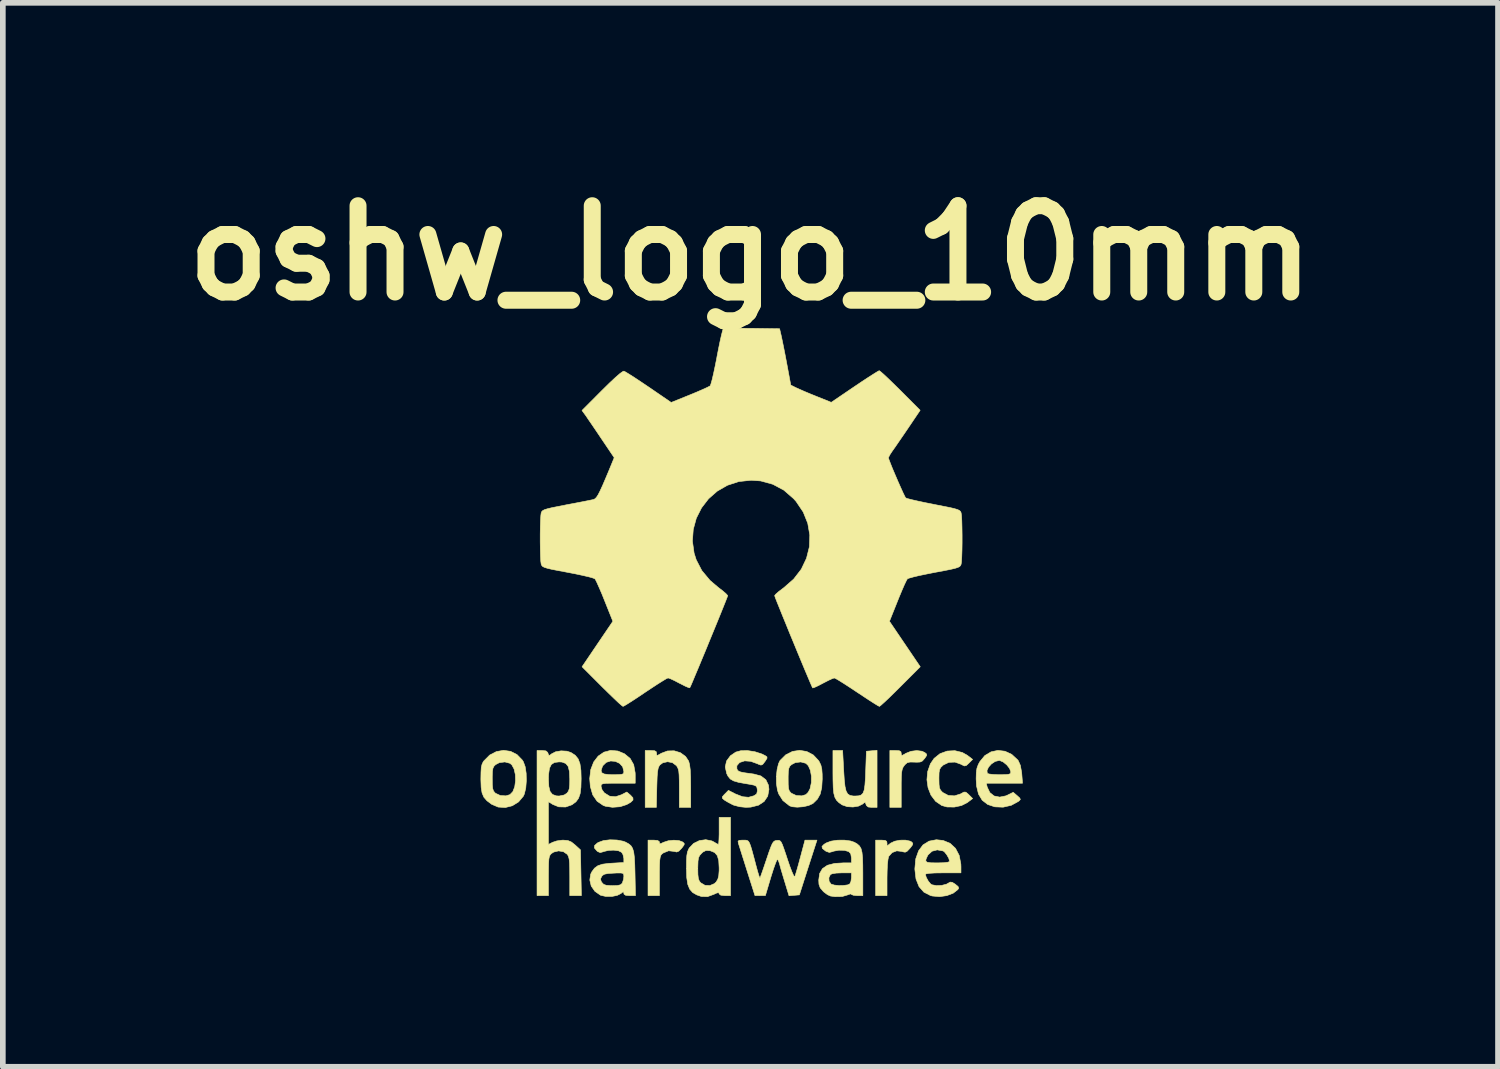
<source format=kicad_pcb>
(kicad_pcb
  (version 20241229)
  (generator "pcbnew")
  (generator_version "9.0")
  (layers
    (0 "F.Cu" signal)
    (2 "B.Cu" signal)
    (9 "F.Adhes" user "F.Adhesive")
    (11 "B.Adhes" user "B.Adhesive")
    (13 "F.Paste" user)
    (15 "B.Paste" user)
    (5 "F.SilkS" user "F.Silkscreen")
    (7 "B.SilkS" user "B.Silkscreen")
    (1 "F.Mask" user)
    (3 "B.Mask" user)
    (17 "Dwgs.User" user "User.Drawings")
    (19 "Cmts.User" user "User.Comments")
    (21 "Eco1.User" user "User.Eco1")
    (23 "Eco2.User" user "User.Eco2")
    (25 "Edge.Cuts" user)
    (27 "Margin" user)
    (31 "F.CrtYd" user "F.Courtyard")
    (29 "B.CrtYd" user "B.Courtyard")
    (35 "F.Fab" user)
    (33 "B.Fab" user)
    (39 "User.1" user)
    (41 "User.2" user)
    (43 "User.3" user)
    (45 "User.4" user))
  (footprint "oshw_logo_10mm"
    (layer "F.Cu")
    (at 10.204 7.768)
    (property "Reference" "oshw_logo_10mm" (at 0 -6.35 0) (layer "F.SilkS") (effects (font (size 1.524 1.524) (thickness 0.3))))
    (attr through_hole)
    (fp_poly (pts (xy 2.377 4.024) (xy 2.406 4.041) (xy 2.412 4.072) (xy 2.412 4.124) (xy 2.478 4.072) (xy 2.548 4.039) (xy 2.641 4.021) (xy 2.738 4.02) (xy 2.818 4.037) (xy 2.845 4.051) (xy 2.867 4.075) (xy 2.863 4.103) (xy 2.829 4.15) (xy 2.816 4.165) (xy 2.768 4.216) (xy 2.732 4.233) (xy 2.687 4.225) (xy 2.675 4.22) (xy 2.584 4.209) (xy 2.502 4.24) (xy 2.443 4.306) (xy 2.44 4.312) (xy 2.429 4.363) (xy 2.419 4.453) (xy 2.414 4.571) (xy 2.412 4.687) (xy 2.412 5) (xy 2.211 5) (xy 2.211 4.02) (xy 2.311 4.02) (xy 2.377 4.024)) (stroke (width 0.01) (type solid)) (fill yes) (layer "F.SilkS"))
    (fp_poly (pts (xy -1.639 4.026) (xy -1.61 4.046) (xy -1.608 4.058) (xy -1.603 4.082) (xy -1.579 4.08) (xy -1.534 4.058) (xy -1.451 4.031) (xy -1.354 4.021) (xy -1.262 4.028) (xy -1.196 4.053) (xy -1.196 4.053) (xy -1.17 4.077) (xy -1.171 4.102) (xy -1.201 4.145) (xy -1.217 4.165) (xy -1.265 4.214) (xy -1.303 4.23) (xy -1.349 4.219) (xy -1.445 4.208) (xy -1.537 4.245) (xy -1.564 4.265) (xy -1.582 4.287) (xy -1.594 4.322) (xy -1.602 4.377) (xy -1.606 4.462) (xy -1.608 4.586) (xy -1.608 4.652) (xy -1.608 5) (xy -1.809 5) (xy -1.809 4.02) (xy -1.708 4.02) (xy -1.639 4.026)) (stroke (width 0.01) (type solid)) (fill yes) (layer "F.SilkS"))
    (fp_poly (pts (xy 2.628 2.441) (xy 2.657 2.458) (xy 2.663 2.487) (xy 2.665 2.518) (xy 2.68 2.523) (xy 2.721 2.502) (xy 2.745 2.487) (xy 2.835 2.451) (xy 2.937 2.438) (xy 3.03 2.45) (xy 3.079 2.473) (xy 3.11 2.499) (xy 3.112 2.524) (xy 3.084 2.567) (xy 3.075 2.579) (xy 3.037 2.622) (xy 2.995 2.641) (xy 2.931 2.644) (xy 2.896 2.642) (xy 2.817 2.641) (xy 2.768 2.653) (xy 2.73 2.686) (xy 2.717 2.702) (xy 2.695 2.734) (xy 2.68 2.772) (xy 2.67 2.824) (xy 2.665 2.9) (xy 2.663 3.011) (xy 2.663 3.106) (xy 2.663 3.442) (xy 2.462 3.442) (xy 2.462 2.437) (xy 2.563 2.437) (xy 2.628 2.441)) (stroke (width 0.01) (type solid)) (fill yes) (layer "F.SilkS"))
    (fp_poly (pts (xy -1.693 2.441) (xy -1.664 2.458) (xy -1.658 2.487) (xy -1.656 2.518) (xy -1.641 2.523) (xy -1.601 2.502) (xy -1.577 2.487) (xy -1.465 2.445) (xy -1.348 2.442) (xy -1.237 2.476) (xy -1.146 2.542) (xy -1.091 2.625) (xy -1.075 2.686) (xy -1.063 2.778) (xy -1.057 2.908) (xy -1.055 3.077) (xy -1.055 3.442) (xy -1.256 3.442) (xy -1.256 3.106) (xy -1.257 2.968) (xy -1.26 2.869) (xy -1.266 2.802) (xy -1.278 2.757) (xy -1.295 2.722) (xy -1.308 2.704) (xy -1.377 2.652) (xy -1.463 2.635) (xy -1.548 2.654) (xy -1.598 2.691) (xy -1.617 2.719) (xy -1.631 2.757) (xy -1.641 2.816) (xy -1.648 2.903) (xy -1.652 3.028) (xy -1.654 3.093) (xy -1.662 3.442) (xy -1.859 3.442) (xy -1.859 2.437) (xy -1.759 2.437) (xy -1.693 2.441)) (stroke (width 0.01) (type solid)) (fill yes) (layer "F.SilkS"))
    (fp_poly (pts (xy 2.236 3.442) (xy 2.146 3.442) (xy 2.08 3.435) (xy 2.048 3.408) (xy 2.042 3.391) (xy 2.029 3.356) (xy 2.007 3.36) (xy 1.982 3.382) (xy 1.909 3.419) (xy 1.812 3.435) (xy 1.71 3.429) (xy 1.624 3.399) (xy 1.619 3.397) (xy 1.562 3.357) (xy 1.52 3.315) (xy 1.491 3.263) (xy 1.472 3.192) (xy 1.462 3.094) (xy 1.458 2.961) (xy 1.457 2.827) (xy 1.457 2.437) (xy 1.628 2.437) (xy 1.647 2.792) (xy 1.657 2.953) (xy 1.67 3.071) (xy 1.689 3.152) (xy 1.717 3.203) (xy 1.757 3.23) (xy 1.811 3.24) (xy 1.842 3.241) (xy 1.907 3.238) (xy 1.954 3.224) (xy 1.987 3.192) (xy 2.009 3.135) (xy 2.022 3.046) (xy 2.031 2.919) (xy 2.035 2.81) (xy 2.048 2.45) (xy 2.142 2.442) (xy 2.236 2.434) (xy 2.236 3.442)) (stroke (width 0.01) (type solid)) (fill yes) (layer "F.SilkS"))
    (fp_poly (pts (xy 3.742 2.472) (xy 3.833 2.524) (xy 3.924 2.594) (xy 3.859 2.659) (xy 3.814 2.701) (xy 3.78 2.71) (xy 3.736 2.69) (xy 3.721 2.681) (xy 3.613 2.642) (xy 3.504 2.646) (xy 3.408 2.692) (xy 3.399 2.699) (xy 3.362 2.735) (xy 3.341 2.773) (xy 3.331 2.829) (xy 3.329 2.917) (xy 3.329 2.939) (xy 3.331 3.036) (xy 3.338 3.097) (xy 3.357 3.137) (xy 3.39 3.173) (xy 3.399 3.18) (xy 3.493 3.23) (xy 3.602 3.238) (xy 3.711 3.204) (xy 3.721 3.198) (xy 3.771 3.171) (xy 3.805 3.173) (xy 3.846 3.207) (xy 3.859 3.22) (xy 3.924 3.285) (xy 3.831 3.356) (xy 3.727 3.409) (xy 3.6 3.436) (xy 3.471 3.434) (xy 3.378 3.408) (xy 3.269 3.333) (xy 3.188 3.225) (xy 3.137 3.095) (xy 3.117 2.953) (xy 3.13 2.809) (xy 3.178 2.673) (xy 3.244 2.576) (xy 3.348 2.493) (xy 3.474 2.447) (xy 3.61 2.44) (xy 3.742 2.472)) (stroke (width 0.01) (type solid)) (fill yes) (layer "F.SilkS"))
    (fp_poly (pts (xy -4.236 2.452) (xy -4.123 2.509) (xy -4.029 2.606) (xy -4.011 2.635) (xy -3.979 2.722) (xy -3.961 2.84) (xy -3.958 2.972) (xy -3.968 3.099) (xy -3.993 3.204) (xy -4.011 3.244) (xy -4.096 3.345) (xy -4.206 3.413) (xy -4.33 3.444) (xy -4.456 3.436) (xy -4.572 3.386) (xy -4.573 3.385) (xy -4.654 3.324) (xy -4.708 3.262) (xy -4.74 3.187) (xy -4.756 3.088) (xy -4.761 2.952) (xy -4.761 2.939) (xy -4.56 2.939) (xy -4.559 3.043) (xy -4.552 3.11) (xy -4.538 3.152) (xy -4.514 3.182) (xy -4.501 3.193) (xy -4.417 3.232) (xy -4.319 3.238) (xy -4.247 3.216) (xy -4.196 3.163) (xy -4.163 3.077) (xy -4.149 2.973) (xy -4.152 2.864) (xy -4.174 2.765) (xy -4.214 2.691) (xy -4.247 2.663) (xy -4.337 2.639) (xy -4.434 2.651) (xy -4.501 2.686) (xy -4.53 2.715) (xy -4.548 2.751) (xy -4.557 2.806) (xy -4.56 2.894) (xy -4.56 2.939) (xy -4.761 2.939) (xy -4.759 2.82) (xy -4.754 2.738) (xy -4.741 2.682) (xy -4.721 2.639) (xy -4.708 2.621) (xy -4.606 2.518) (xy -4.487 2.456) (xy -4.361 2.434) (xy -4.236 2.452)) (stroke (width 0.01) (type solid)) (fill yes) (layer "F.SilkS"))
    (fp_poly (pts (xy 0.995 2.455) (xy 1.109 2.515) (xy 1.203 2.615) (xy 1.217 2.638) (xy 1.244 2.695) (xy 1.26 2.763) (xy 1.267 2.855) (xy 1.268 2.941) (xy 1.259 3.092) (xy 1.232 3.207) (xy 1.183 3.295) (xy 1.108 3.369) (xy 1.099 3.375) (xy 1.028 3.408) (xy 0.931 3.43) (xy 0.827 3.438) (xy 0.736 3.43) (xy 0.691 3.414) (xy 0.573 3.321) (xy 0.498 3.202) (xy 0.476 3.134) (xy 0.459 3.02) (xy 0.458 2.939) (xy 0.666 2.939) (xy 0.667 3.043) (xy 0.673 3.11) (xy 0.687 3.152) (xy 0.712 3.182) (xy 0.725 3.193) (xy 0.809 3.232) (xy 0.907 3.238) (xy 0.979 3.216) (xy 1.019 3.176) (xy 1.052 3.114) (xy 1.053 3.112) (xy 1.076 3.004) (xy 1.077 2.891) (xy 1.058 2.786) (xy 1.021 2.704) (xy 0.979 2.663) (xy 0.889 2.639) (xy 0.792 2.651) (xy 0.725 2.686) (xy 0.695 2.715) (xy 0.678 2.751) (xy 0.669 2.806) (xy 0.666 2.894) (xy 0.666 2.939) (xy 0.458 2.939) (xy 0.458 2.893) (xy 0.471 2.771) (xy 0.496 2.669) (xy 0.523 2.613) (xy 0.624 2.513) (xy 0.743 2.453) (xy 0.87 2.434) (xy 0.995 2.455)) (stroke (width 0.01) (type solid)) (fill yes) (layer "F.SilkS"))
    (fp_poly (pts (xy -2.342 2.446) (xy -2.226 2.494) (xy -2.125 2.577) (xy -2.062 2.688) (xy -2.036 2.832) (xy -2.035 2.87) (xy -2.035 3.015) (xy -2.336 3.015) (xy -2.464 3.015) (xy -2.549 3.017) (xy -2.6 3.023) (xy -2.627 3.033) (xy -2.637 3.05) (xy -2.638 3.073) (xy -2.62 3.132) (xy -2.58 3.186) (xy -2.486 3.244) (xy -2.382 3.253) (xy -2.279 3.219) (xy -2.184 3.17) (xy -2.118 3.226) (xy -2.076 3.272) (xy -2.074 3.311) (xy -2.113 3.35) (xy -2.186 3.392) (xy -2.303 3.43) (xy -2.437 3.44) (xy -2.562 3.421) (xy -2.6 3.407) (xy -2.708 3.333) (xy -2.785 3.221) (xy -2.828 3.073) (xy -2.839 2.933) (xy -2.822 2.787) (xy -2.637 2.787) (xy -2.628 2.828) (xy -2.582 2.852) (xy -2.496 2.863) (xy -2.425 2.864) (xy -2.329 2.863) (xy -2.273 2.858) (xy -2.245 2.846) (xy -2.237 2.824) (xy -2.236 2.807) (xy -2.257 2.724) (xy -2.311 2.664) (xy -2.386 2.629) (xy -2.469 2.622) (xy -2.546 2.646) (xy -2.606 2.704) (xy -2.616 2.724) (xy -2.637 2.787) (xy -2.822 2.787) (xy -2.82 2.773) (xy -2.768 2.639) (xy -2.689 2.536) (xy -2.587 2.466) (xy -2.47 2.435) (xy -2.342 2.446)) (stroke (width 0.01) (type solid)) (fill yes) (layer "F.SilkS"))
    (fp_poly (pts (xy 4.495 2.45) (xy 4.614 2.505) (xy 4.718 2.601) (xy 4.73 2.616) (xy 4.767 2.699) (xy 4.79 2.826) (xy 4.792 2.849) (xy 4.805 3.015) (xy 4.165 3.015) (xy 4.182 3.084) (xy 4.228 3.18) (xy 4.303 3.24) (xy 4.401 3.26) (xy 4.511 3.238) (xy 4.544 3.223) (xy 4.641 3.175) (xy 4.712 3.236) (xy 4.757 3.277) (xy 4.767 3.302) (xy 4.745 3.326) (xy 4.734 3.335) (xy 4.606 3.405) (xy 4.462 3.438) (xy 4.316 3.432) (xy 4.19 3.39) (xy 4.093 3.315) (xy 4.028 3.207) (xy 3.993 3.063) (xy 3.986 2.937) (xy 3.989 2.828) (xy 3.994 2.793) (xy 4.177 2.793) (xy 4.184 2.841) (xy 4.215 2.852) (xy 4.282 2.86) (xy 4.373 2.864) (xy 4.398 2.864) (xy 4.498 2.863) (xy 4.557 2.858) (xy 4.587 2.847) (xy 4.597 2.827) (xy 4.598 2.812) (xy 4.577 2.754) (xy 4.527 2.691) (xy 4.463 2.639) (xy 4.4 2.613) (xy 4.392 2.613) (xy 4.322 2.63) (xy 4.256 2.674) (xy 4.204 2.732) (xy 4.177 2.793) (xy 3.994 2.793) (xy 4 2.75) (xy 4.024 2.684) (xy 4.052 2.633) (xy 4.139 2.527) (xy 4.249 2.461) (xy 4.37 2.435) (xy 4.495 2.45)) (stroke (width 0.01) (type solid)) (fill yes) (layer "F.SilkS"))
    (fp_poly (pts (xy -0.352 5) (xy -0.452 5) (xy -0.524 4.992) (xy -0.552 4.97) (xy -0.553 4.965) (xy -0.562 4.947) (xy -0.596 4.954) (xy -0.646 4.977) (xy -0.759 5.018) (xy -0.867 5.015) (xy -0.948 4.987) (xy -1.021 4.945) (xy -1.073 4.885) (xy -1.107 4.801) (xy -1.125 4.684) (xy -1.13 4.526) (xy -1.13 4.521) (xy -0.93 4.521) (xy -0.928 4.628) (xy -0.92 4.698) (xy -0.903 4.743) (xy -0.879 4.773) (xy -0.803 4.818) (xy -0.716 4.822) (xy -0.636 4.788) (xy -0.605 4.758) (xy -0.576 4.709) (xy -0.56 4.648) (xy -0.553 4.559) (xy -0.553 4.509) (xy -0.56 4.381) (xy -0.585 4.294) (xy -0.632 4.239) (xy -0.706 4.209) (xy -0.721 4.205) (xy -0.786 4.203) (xy -0.84 4.231) (xy -0.865 4.255) (xy -0.898 4.292) (xy -0.917 4.332) (xy -0.926 4.39) (xy -0.929 4.479) (xy -0.93 4.521) (xy -1.13 4.521) (xy -1.13 4.513) (xy -1.129 4.384) (xy -1.124 4.294) (xy -1.113 4.231) (xy -1.094 4.183) (xy -1.08 4.158) (xy -1.004 4.078) (xy -0.902 4.028) (xy -0.789 4.012) (xy -0.681 4.034) (xy -0.641 4.055) (xy -0.593 4.084) (xy -0.566 4.095) (xy -0.56 4.072) (xy -0.556 4.009) (xy -0.553 3.918) (xy -0.553 3.856) (xy -0.553 3.618) (xy -0.352 3.618) (xy -0.352 5)) (stroke (width 0.01) (type solid)) (fill yes) (layer "F.SilkS"))
    (fp_poly (pts (xy 3.404 4.026) (xy 3.527 4.077) (xy 3.622 4.166) (xy 3.687 4.29) (xy 3.716 4.442) (xy 3.718 4.491) (xy 3.718 4.598) (xy 3.404 4.598) (xy 3.259 4.6) (xy 3.157 4.606) (xy 3.101 4.616) (xy 3.09 4.624) (xy 3.105 4.678) (xy 3.14 4.742) (xy 3.182 4.793) (xy 3.204 4.808) (xy 3.285 4.823) (xy 3.379 4.819) (xy 3.462 4.798) (xy 3.487 4.784) (xy 3.528 4.761) (xy 3.564 4.765) (xy 3.616 4.797) (xy 3.619 4.8) (xy 3.667 4.839) (xy 3.678 4.868) (xy 3.663 4.893) (xy 3.581 4.957) (xy 3.468 5) (xy 3.341 5.018) (xy 3.214 5.007) (xy 3.181 4.999) (xy 3.064 4.939) (xy 2.978 4.842) (xy 2.924 4.707) (xy 2.904 4.537) (xy 2.904 4.522) (xy 2.916 4.391) (xy 3.097 4.391) (xy 3.123 4.411) (xy 3.184 4.42) (xy 3.289 4.422) (xy 3.304 4.422) (xy 3.414 4.419) (xy 3.487 4.41) (xy 3.517 4.397) (xy 3.517 4.395) (xy 3.503 4.341) (xy 3.467 4.278) (xy 3.426 4.227) (xy 3.403 4.211) (xy 3.299 4.192) (xy 3.207 4.216) (xy 3.138 4.279) (xy 3.127 4.298) (xy 3.101 4.355) (xy 3.097 4.391) (xy 2.916 4.391) (xy 2.92 4.349) (xy 2.97 4.208) (xy 3.048 4.104) (xy 3.154 4.038) (xy 3.283 4.013) (xy 3.404 4.026)) (stroke (width 0.01) (type solid)) (fill yes) (layer "F.SilkS"))
    (fp_poly (pts (xy 0.08 2.459) (xy 0.203 2.499) (xy 0.261 2.528) (xy 0.291 2.549) (xy 0.293 2.573) (xy 0.267 2.616) (xy 0.255 2.633) (xy 0.217 2.682) (xy 0.186 2.695) (xy 0.14 2.679) (xy 0.124 2.671) (xy 0.005 2.628) (xy -0.102 2.62) (xy -0.186 2.647) (xy -0.198 2.656) (xy -0.24 2.705) (xy -0.24 2.758) (xy -0.229 2.784) (xy -0.209 2.802) (xy -0.171 2.817) (xy -0.106 2.83) (xy -0.004 2.844) (xy 0.061 2.853) (xy 0.185 2.887) (xy 0.272 2.953) (xy 0.318 3.049) (xy 0.327 3.123) (xy 0.305 3.243) (xy 0.242 3.337) (xy 0.142 3.403) (xy 0.006 3.437) (xy -0.081 3.441) (xy -0.19 3.43) (xy -0.293 3.403) (xy -0.314 3.394) (xy -0.389 3.355) (xy -0.453 3.317) (xy -0.465 3.308) (xy -0.496 3.28) (xy -0.497 3.256) (xy -0.465 3.218) (xy -0.452 3.205) (xy -0.389 3.141) (xy -0.266 3.204) (xy -0.14 3.253) (xy -0.033 3.263) (xy 0.063 3.236) (xy 0.11 3.204) (xy 0.122 3.153) (xy 0.121 3.13) (xy 0.115 3.091) (xy 0.099 3.066) (xy 0.063 3.049) (xy -0.005 3.035) (xy -0.079 3.023) (xy -0.208 3) (xy -0.297 2.974) (xy -0.356 2.94) (xy -0.396 2.891) (xy -0.419 2.845) (xy -0.445 2.728) (xy -0.422 2.622) (xy -0.354 2.53) (xy -0.259 2.465) (xy -0.167 2.44) (xy -0.048 2.439) (xy 0.08 2.459)) (stroke (width 0.01) (type solid)) (fill yes) (layer "F.SilkS"))
    (fp_poly (pts (xy 1.769 4.035) (xy 1.834 4.057) (xy 1.887 4.088) (xy 1.926 4.123) (xy 1.953 4.169) (xy 1.97 4.235) (xy 1.98 4.329) (xy 1.984 4.458) (xy 1.985 4.603) (xy 1.985 5) (xy 1.884 5) (xy 1.821 4.994) (xy 1.786 4.981) (xy 1.784 4.976) (xy 1.765 4.97) (xy 1.719 4.986) (xy 1.715 4.988) (xy 1.619 5.016) (xy 1.494 5.018) (xy 1.413 5.007) (xy 1.36 4.983) (xy 1.297 4.936) (xy 1.282 4.921) (xy 1.232 4.862) (xy 1.21 4.8) (xy 1.206 4.725) (xy 1.212 4.684) (xy 1.385 4.684) (xy 1.389 4.747) (xy 1.423 4.795) (xy 1.426 4.797) (xy 1.482 4.814) (xy 1.562 4.822) (xy 1.648 4.82) (xy 1.719 4.81) (xy 1.754 4.794) (xy 1.775 4.749) (xy 1.784 4.682) (xy 1.784 4.681) (xy 1.784 4.598) (xy 1.613 4.598) (xy 1.515 4.602) (xy 1.443 4.614) (xy 1.412 4.628) (xy 1.385 4.684) (xy 1.212 4.684) (xy 1.222 4.609) (xy 1.272 4.523) (xy 1.359 4.464) (xy 1.486 4.431) (xy 1.639 4.422) (xy 1.784 4.422) (xy 1.784 4.335) (xy 1.771 4.259) (xy 1.735 4.222) (xy 1.658 4.2) (xy 1.561 4.198) (xy 1.469 4.215) (xy 1.449 4.223) (xy 1.393 4.237) (xy 1.337 4.218) (xy 1.322 4.208) (xy 1.271 4.167) (xy 1.263 4.132) (xy 1.3 4.094) (xy 1.338 4.07) (xy 1.423 4.038) (xy 1.536 4.021) (xy 1.658 4.02) (xy 1.769 4.035)) (stroke (width 0.01) (type solid)) (fill yes) (layer "F.SilkS"))
    (fp_poly (pts (xy -0.062 4.024) (xy -0.038 4.038) (xy -0.017 4.07) (xy 0.004 4.125) (xy 0.029 4.21) (xy 0.062 4.331) (xy 0.101 4.479) (xy 0.127 4.574) (xy 0.149 4.646) (xy 0.164 4.686) (xy 0.168 4.689) (xy 0.179 4.663) (xy 0.202 4.599) (xy 0.235 4.504) (xy 0.274 4.389) (xy 0.285 4.356) (xy 0.329 4.226) (xy 0.362 4.136) (xy 0.387 4.079) (xy 0.41 4.047) (xy 0.434 4.031) (xy 0.463 4.025) (xy 0.468 4.025) (xy 0.497 4.023) (xy 0.52 4.03) (xy 0.541 4.052) (xy 0.563 4.096) (xy 0.59 4.17) (xy 0.628 4.281) (xy 0.653 4.358) (xy 0.694 4.478) (xy 0.731 4.575) (xy 0.76 4.64) (xy 0.778 4.668) (xy 0.782 4.667) (xy 0.795 4.631) (xy 0.817 4.558) (xy 0.846 4.457) (xy 0.878 4.338) (xy 0.881 4.328) (xy 0.963 4.02) (xy 1.175 4.02) (xy 1.019 4.503) (xy 0.864 4.987) (xy 0.681 5.002) (xy 0.606 4.756) (xy 0.572 4.644) (xy 0.542 4.543) (xy 0.521 4.468) (xy 0.514 4.44) (xy 0.495 4.386) (xy 0.478 4.359) (xy 0.464 4.377) (xy 0.44 4.436) (xy 0.408 4.525) (xy 0.372 4.638) (xy 0.361 4.673) (xy 0.264 4.999) (xy 0.172 4.999) (xy 0.08 5) (xy -0.058 4.566) (xy -0.103 4.423) (xy -0.144 4.294) (xy -0.178 4.186) (xy -0.202 4.11) (xy -0.213 4.076) (xy -0.219 4.04) (xy -0.2 4.024) (xy -0.146 4.02) (xy -0.128 4.02) (xy -0.09 4.02) (xy -0.062 4.024)) (stroke (width 0.01) (type solid)) (fill yes) (layer "F.SilkS"))
    (fp_poly (pts (xy -2.358 4.018) (xy -2.248 4.039) (xy -2.208 4.054) (xy -2.153 4.084) (xy -2.111 4.118) (xy -2.082 4.164) (xy -2.062 4.23) (xy -2.05 4.324) (xy -2.043 4.453) (xy -2.039 4.604) (xy -2.031 5) (xy -2.133 5) (xy -2.202 4.995) (xy -2.232 4.976) (xy -2.236 4.958) (xy -2.24 4.932) (xy -2.261 4.94) (xy -2.286 4.962) (xy -2.354 4.996) (xy -2.449 5.015) (xy -2.551 5.015) (xy -2.641 4.995) (xy -2.651 4.991) (xy -2.748 4.923) (xy -2.812 4.831) (xy -2.837 4.726) (xy -2.835 4.707) (xy -2.649 4.707) (xy -2.635 4.751) (xy -2.624 4.768) (xy -2.593 4.801) (xy -2.548 4.817) (xy -2.474 4.823) (xy -2.436 4.824) (xy -2.348 4.821) (xy -2.296 4.809) (xy -2.267 4.784) (xy -2.262 4.775) (xy -2.241 4.711) (xy -2.236 4.661) (xy -2.238 4.627) (xy -2.251 4.608) (xy -2.286 4.6) (xy -2.354 4.6) (xy -2.415 4.603) (xy -2.514 4.609) (xy -2.576 4.621) (xy -2.612 4.642) (xy -2.628 4.662) (xy -2.649 4.707) (xy -2.835 4.707) (xy -2.821 4.62) (xy -2.801 4.579) (xy -2.754 4.515) (xy -2.695 4.472) (xy -2.614 4.445) (xy -2.499 4.43) (xy -2.443 4.427) (xy -2.236 4.415) (xy -2.236 4.345) (xy -2.25 4.278) (xy -2.275 4.235) (xy -2.33 4.208) (xy -2.414 4.197) (xy -2.507 4.201) (xy -2.59 4.221) (xy -2.599 4.225) (xy -2.654 4.24) (xy -2.699 4.221) (xy -2.713 4.208) (xy -2.756 4.158) (xy -2.753 4.115) (xy -2.704 4.071) (xy -2.685 4.06) (xy -2.597 4.028) (xy -2.481 4.014) (xy -2.358 4.018)) (stroke (width 0.01) (type solid)) (fill yes) (layer "F.SilkS"))
    (fp_poly (pts (xy -3.612 2.444) (xy -3.581 2.471) (xy -3.575 2.488) (xy -3.561 2.523) (xy -3.539 2.518) (xy -3.515 2.498) (xy -3.442 2.46) (xy -3.344 2.443) (xy -3.241 2.449) (xy -3.169 2.473) (xy -3.094 2.522) (xy -3.043 2.585) (xy -3.011 2.671) (xy -2.994 2.789) (xy -2.99 2.934) (xy -2.994 3.087) (xy -3.008 3.2) (xy -3.037 3.282) (xy -3.082 3.343) (xy -3.148 3.392) (xy -3.148 3.393) (xy -3.263 3.435) (xy -3.385 3.432) (xy -3.486 3.392) (xy -3.568 3.342) (xy -3.568 4.096) (xy -3.493 4.058) (xy -3.421 4.034) (xy -3.33 4.021) (xy -3.305 4.02) (xy -3.224 4.027) (xy -3.161 4.054) (xy -3.096 4.106) (xy -3.002 4.192) (xy -2.986 5) (xy -3.191 5) (xy -3.191 4.663) (xy -3.192 4.523) (xy -3.195 4.424) (xy -3.202 4.356) (xy -3.213 4.311) (xy -3.23 4.278) (xy -3.238 4.269) (xy -3.303 4.224) (xy -3.389 4.21) (xy -3.473 4.23) (xy -3.516 4.257) (xy -3.537 4.28) (xy -3.551 4.31) (xy -3.56 4.355) (xy -3.565 4.426) (xy -3.567 4.531) (xy -3.568 4.652) (xy -3.568 5) (xy -3.769 5) (xy -3.769 2.939) (xy -3.568 2.939) (xy -3.561 3.071) (xy -3.539 3.16) (xy -3.497 3.213) (xy -3.43 3.238) (xy -3.379 3.241) (xy -3.29 3.223) (xy -3.241 3.191) (xy -3.215 3.156) (xy -3.199 3.109) (xy -3.192 3.035) (xy -3.191 2.939) (xy -3.197 2.808) (xy -3.219 2.719) (xy -3.262 2.666) (xy -3.328 2.641) (xy -3.379 2.638) (xy -3.461 2.648) (xy -3.517 2.684) (xy -3.55 2.751) (xy -3.565 2.857) (xy -3.568 2.939) (xy -3.769 2.939) (xy -3.769 2.437) (xy -3.678 2.437) (xy -3.612 2.444)) (stroke (width 0.01) (type solid)) (fill yes) (layer "F.SilkS"))
    (fp_poly (pts (xy 0.012 -5.019) (xy 0.027 -5.019) (xy 0.515 -5.012) (xy 0.544 -4.887) (xy 0.559 -4.816) (xy 0.581 -4.709) (xy 0.607 -4.578) (xy 0.634 -4.437) (xy 0.643 -4.389) (xy 0.712 -4.017) (xy 0.802 -3.972) (xy 0.862 -3.945) (xy 0.955 -3.904) (xy 1.067 -3.857) (xy 1.159 -3.82) (xy 1.427 -3.712) (xy 1.838 -3.991) (xy 1.966 -4.077) (xy 2.08 -4.152) (xy 2.174 -4.212) (xy 2.24 -4.253) (xy 2.273 -4.271) (xy 2.275 -4.271) (xy 2.299 -4.254) (xy 2.353 -4.207) (xy 2.431 -4.134) (xy 2.526 -4.042) (xy 2.634 -3.936) (xy 2.648 -3.922) (xy 2.997 -3.572) (xy 2.788 -3.262) (xy 2.707 -3.143) (xy 2.63 -3.031) (xy 2.565 -2.936) (xy 2.517 -2.868) (xy 2.507 -2.854) (xy 2.466 -2.792) (xy 2.441 -2.744) (xy 2.437 -2.732) (xy 2.447 -2.7) (xy 2.473 -2.632) (xy 2.51 -2.539) (xy 2.556 -2.431) (xy 2.604 -2.319) (xy 2.652 -2.211) (xy 2.693 -2.12) (xy 2.725 -2.054) (xy 2.741 -2.025) (xy 2.771 -2.013) (xy 2.843 -1.994) (xy 2.948 -1.97) (xy 3.078 -1.942) (xy 3.225 -1.913) (xy 3.233 -1.911) (xy 3.396 -1.879) (xy 3.518 -1.855) (xy 3.603 -1.835) (xy 3.659 -1.818) (xy 3.693 -1.801) (xy 3.711 -1.783) (xy 3.72 -1.762) (xy 3.721 -1.758) (xy 3.728 -1.708) (xy 3.733 -1.618) (xy 3.736 -1.501) (xy 3.738 -1.367) (xy 3.738 -1.229) (xy 3.736 -1.097) (xy 3.732 -0.982) (xy 3.727 -0.897) (xy 3.721 -0.854) (xy 3.712 -0.832) (xy 3.696 -0.813) (xy 3.665 -0.797) (xy 3.612 -0.78) (xy 3.53 -0.761) (xy 3.413 -0.738) (xy 3.253 -0.708) (xy 3.252 -0.708) (xy 3.107 -0.679) (xy 2.977 -0.652) (xy 2.872 -0.627) (xy 2.801 -0.607) (xy 2.772 -0.595) (xy 2.753 -0.562) (xy 2.719 -0.491) (xy 2.676 -0.392) (xy 2.626 -0.272) (xy 2.599 -0.205) (xy 2.455 0.155) (xy 2.999 0.958) (xy 2.649 1.308) (xy 2.541 1.415) (xy 2.444 1.51) (xy 2.364 1.585) (xy 2.307 1.636) (xy 2.279 1.658) (xy 2.278 1.658) (xy 2.251 1.645) (xy 2.189 1.607) (xy 2.101 1.551) (xy 1.992 1.479) (xy 1.883 1.407) (xy 1.761 1.326) (xy 1.653 1.256) (xy 1.565 1.201) (xy 1.505 1.166) (xy 1.481 1.156) (xy 1.446 1.167) (xy 1.381 1.197) (xy 1.297 1.24) (xy 1.28 1.249) (xy 1.198 1.292) (xy 1.135 1.321) (xy 1.101 1.332) (xy 1.098 1.331) (xy 1.085 1.304) (xy 1.056 1.238) (xy 1.014 1.138) (xy 0.96 1.011) (xy 0.899 0.864) (xy 0.832 0.703) (xy 0.763 0.535) (xy 0.693 0.366) (xy 0.627 0.203) (xy 0.565 0.052) (xy 0.512 -0.08) (xy 0.469 -0.186) (xy 0.44 -0.26) (xy 0.428 -0.296) (xy 0.427 -0.298) (xy 0.446 -0.323) (xy 0.497 -0.368) (xy 0.569 -0.423) (xy 0.588 -0.437) (xy 0.763 -0.59) (xy 0.898 -0.765) (xy 0.99 -0.958) (xy 1.041 -1.161) (xy 1.048 -1.369) (xy 1.012 -1.576) (xy 0.932 -1.775) (xy 0.806 -1.962) (xy 0.761 -2.012) (xy 0.59 -2.161) (xy 0.395 -2.265) (xy 0.181 -2.324) (xy 0.013 -2.336) (xy -0.206 -2.313) (xy -0.407 -2.247) (xy -0.586 -2.144) (xy -0.74 -2.009) (xy -0.864 -1.848) (xy -0.956 -1.666) (xy -1.01 -1.468) (xy -1.025 -1.261) (xy -0.995 -1.048) (xy -0.958 -0.932) (xy -0.859 -0.741) (xy -0.714 -0.567) (xy -0.567 -0.442) (xy -0.49 -0.383) (xy -0.433 -0.334) (xy -0.404 -0.302) (xy -0.402 -0.298) (xy -0.411 -0.271) (xy -0.437 -0.204) (xy -0.477 -0.104) (xy -0.528 0.023) (xy -0.588 0.17) (xy -0.654 0.331) (xy -0.723 0.499) (xy -0.792 0.668) (xy -0.86 0.831) (xy -0.922 0.981) (xy -0.978 1.113) (xy -1.022 1.219) (xy -1.054 1.293) (xy -1.071 1.328) (xy -1.072 1.33) (xy -1.097 1.324) (xy -1.155 1.299) (xy -1.233 1.259) (xy -1.254 1.249) (xy -1.339 1.204) (xy -1.41 1.171) (xy -1.452 1.156) (xy -1.456 1.156) (xy -1.486 1.169) (xy -1.549 1.207) (xy -1.64 1.264) (xy -1.75 1.336) (xy -1.857 1.407) (xy -1.977 1.488) (xy -2.084 1.558) (xy -2.17 1.613) (xy -2.229 1.648) (xy -2.251 1.658) (xy -2.275 1.641) (xy -2.329 1.594) (xy -2.406 1.521) (xy -2.501 1.429) (xy -2.609 1.323) (xy -2.624 1.308) (xy -2.974 0.958) (xy -2.702 0.556) (xy -2.43 0.155) (xy -2.574 -0.205) (xy -2.625 -0.332) (xy -2.673 -0.443) (xy -2.712 -0.53) (xy -2.739 -0.584) (xy -2.747 -0.595) (xy -2.78 -0.609) (xy -2.854 -0.63) (xy -2.961 -0.655) (xy -3.092 -0.683) (xy -3.227 -0.709) (xy -3.387 -0.739) (xy -3.505 -0.762) (xy -3.586 -0.781) (xy -3.64 -0.798) (xy -3.671 -0.814) (xy -3.687 -0.833) (xy -3.696 -0.855) (xy -3.703 -0.905) (xy -3.708 -0.995) (xy -3.711 -1.112) (xy -3.713 -1.245) (xy -3.713 -1.383) (xy -3.711 -1.516) (xy -3.707 -1.63) (xy -3.702 -1.715) (xy -3.696 -1.758) (xy -3.687 -1.781) (xy -3.669 -1.8) (xy -3.636 -1.817) (xy -3.58 -1.834) (xy -3.495 -1.854) (xy -3.372 -1.878) (xy -3.253 -1.902) (xy -3.109 -1.929) (xy -2.979 -1.954) (xy -2.873 -1.975) (xy -2.8 -1.99) (xy -2.772 -1.996) (xy -2.747 -2.008) (xy -2.721 -2.033) (xy -2.692 -2.077) (xy -2.656 -2.147) (xy -2.61 -2.247) (xy -2.551 -2.385) (xy -2.501 -2.504) (xy -2.406 -2.735) (xy -2.64 -3.082) (xy -2.722 -3.204) (xy -2.798 -3.316) (xy -2.862 -3.409) (xy -2.907 -3.476) (xy -2.924 -3.499) (xy -2.975 -3.569) (xy -2.624 -3.921) (xy -2.491 -4.052) (xy -2.383 -4.153) (xy -2.302 -4.223) (xy -2.25 -4.259) (xy -2.234 -4.263) (xy -2.202 -4.246) (xy -2.135 -4.205) (xy -2.041 -4.145) (xy -1.928 -4.07) (xy -1.802 -3.985) (xy -1.797 -3.982) (xy -1.4 -3.71) (xy -1.071 -3.843) (xy -0.95 -3.893) (xy -0.844 -3.939) (xy -0.763 -3.976) (xy -0.717 -4) (xy -0.711 -4.004) (xy -0.698 -4.037) (xy -0.677 -4.111) (xy -0.652 -4.218) (xy -0.624 -4.35) (xy -0.594 -4.499) (xy -0.593 -4.508) (xy -0.564 -4.657) (xy -0.537 -4.789) (xy -0.513 -4.896) (xy -0.494 -4.971) (xy -0.483 -5.004) (xy -0.482 -5.005) (xy -0.452 -5.011) (xy -0.379 -5.016) (xy -0.272 -5.019) (xy -0.139 -5.02) (xy 0.012 -5.019)) (stroke (width 0.01) (type solid)) (fill yes) (layer "F.SilkS")))
  (gr_rect
    (start -3 -3)
    (end 23.407 15.791)
    (stroke (width 0.1) (type default))
    (fill no)
    (layer "Edge.Cuts")))
</source>
